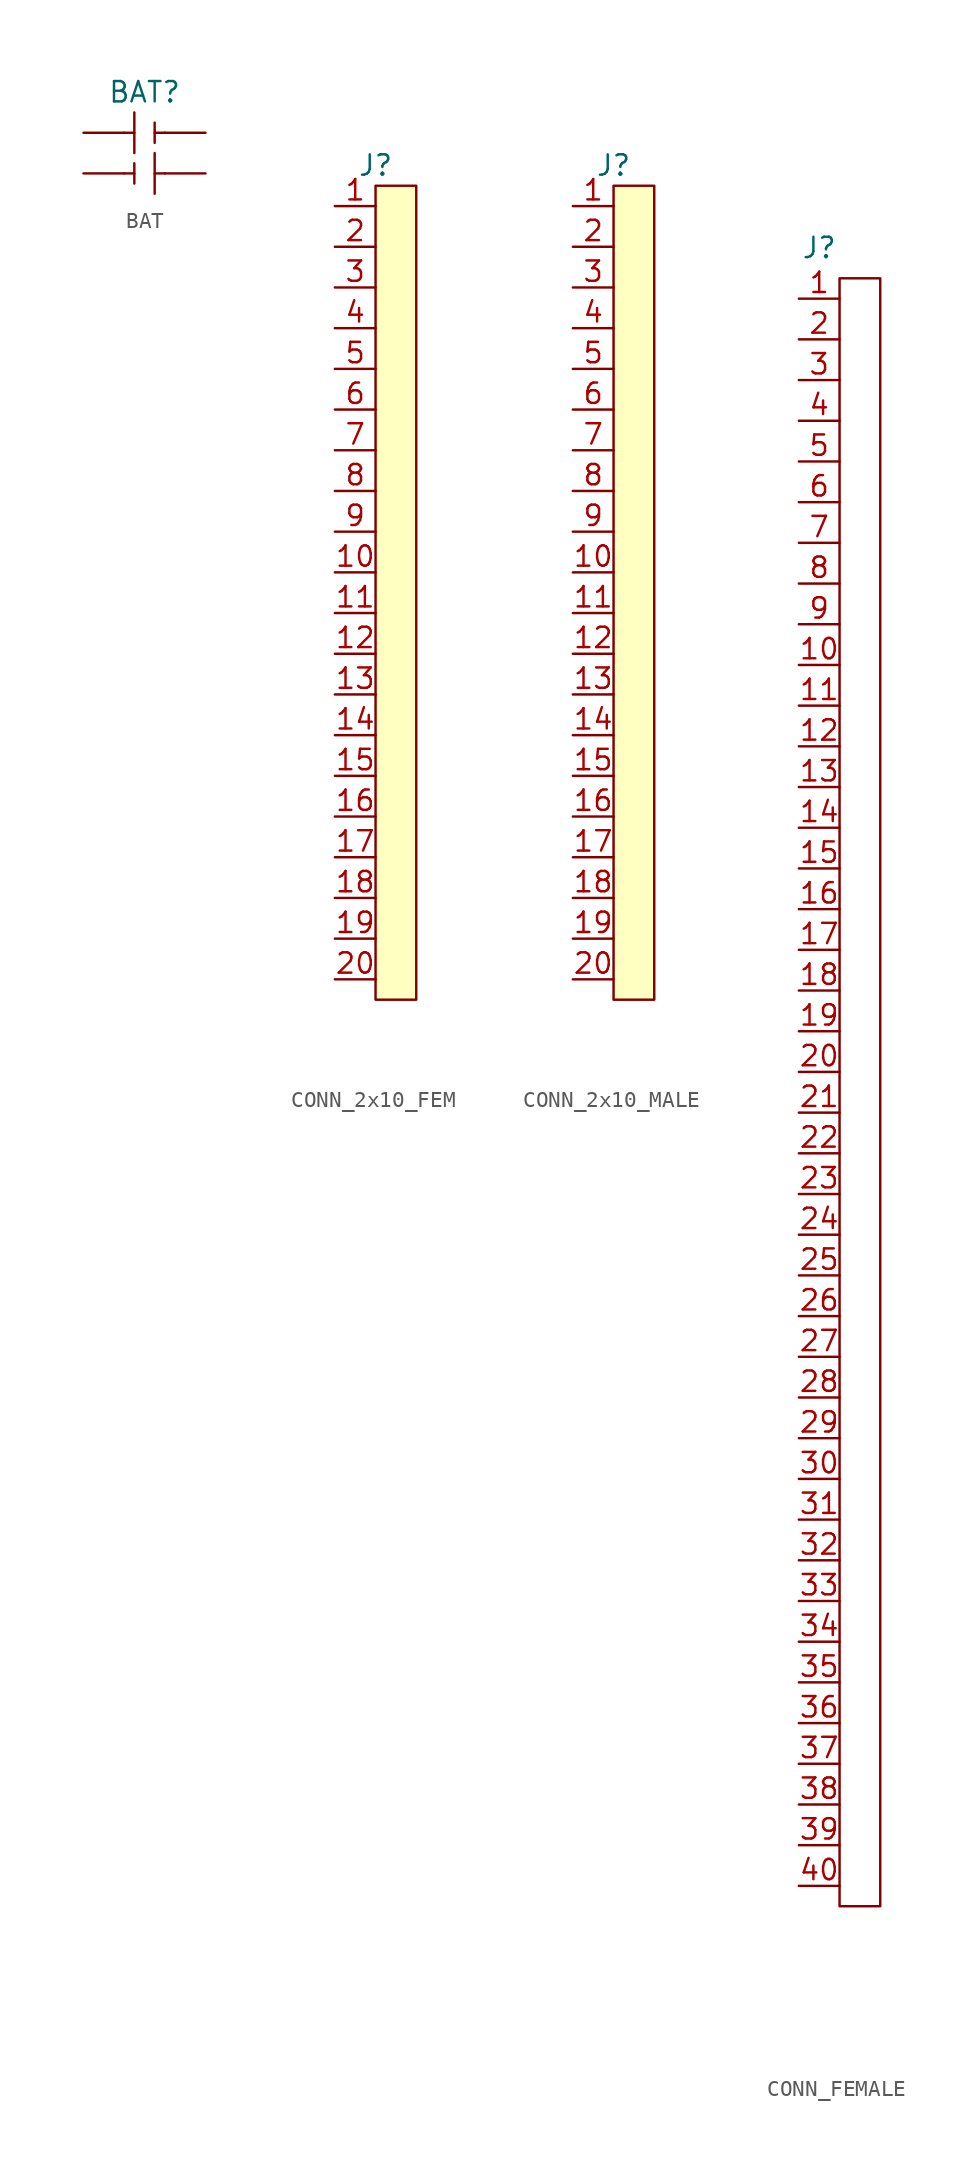
<source format=kicad_sym>
(kicad_symbol_lib
  (version 20220914)
  (generator kicad_symbol_editor)
  (symbol "BAT"
    (pin_numbers hide)
    (pin_names hide)
    (property "Reference" "BAT"
      (at 0 3.81 0)
      (effects (font (size 1.27 1.27))))
    (property "Value" ""
      (at 0 0 0)
      (effects (font (size 1.27 1.27))))
    (symbol "BAT_0_1"
      (polyline (pts (xy -1.27 -1.27) (xy -0.635 -1.27)) (stroke (width 0) (type default)) (fill (type none)))
      (polyline (pts (xy -1.27 1.27) (xy -0.635 1.27)) (stroke (width 0) (type default)) (fill (type none)))
      (polyline (pts (xy -0.635 -0.635) (xy -0.635 -1.905)) (stroke (width 0) (type default)) (fill (type none)))
      (polyline (pts (xy -0.635 2.54) (xy -0.635 0)) (stroke (width 0) (type default)) (fill (type none)))
      (polyline (pts (xy 0.635 0) (xy 0.635 -2.54)) (stroke (width 0) (type default)) (fill (type none)))
      (polyline (pts (xy 0.635 1.905) (xy 0.635 0.635)) (stroke (width 0) (type default)) (fill (type none)))
      (polyline (pts (xy 1.27 -1.27) (xy 0.635 -1.27)) (stroke (width 0) (type default)) (fill (type none)))
      (polyline (pts (xy 1.27 1.27) (xy 0.635 1.27)) (stroke (width 0) (type default)) (fill (type none))))
    (symbol "BAT_1_1"
      (pin power_out line (at -3.81 1.27 0) (length 2.54) (name "" (effects (font (size 1.27 1.27)))) (number "1" (effects (font (size 1.27 1.27)))))
      (pin power_out line (at 3.81 1.27 180) (length 2.54) (name "" (effects (font (size 1.27 1.27)))) (number "2" (effects (font (size 1.27 1.27)))))
      (pin power_out line (at -3.81 -1.27 0) (length 2.54) (name "" (effects (font (size 1.27 1.27)))) (number "3" (effects (font (size 1.27 1.27)))))
      (pin power_out line (at 3.81 -1.27 180) (length 2.54) (name "" (effects (font (size 1.27 1.27)))) (number "4" (effects (font (size 1.27 1.27)))))))
  (symbol "CONN_2x10_FEM"
    (pin_names hide)
    (property "Reference" "J"
      (at 0 2.54 0)
      (effects (font (size 1.27 1.27))))
    (property "Value" ""
      (at 0 2.54 0)
      (effects (font (size 1.27 1.27))))
    (symbol "CONN_2x10_FEM_1_1"
      (rectangle (start 0 1.27) (end 2.54 -49.53) (stroke (width 0) (type default)) (fill (type background)))
      (pin input line (at -2.54 0 0) (length 2.54) (name "" (effects (font (size 1.27 1.27)))) (number "1" (effects (font (size 1.27 1.27)))))
      (pin input line (at -2.54 -22.86 0) (length 2.54) (name "" (effects (font (size 1.27 1.27)))) (number "10" (effects (font (size 1.27 1.27)))))
      (pin input line (at -2.54 -25.4 0) (length 2.54) (name "" (effects (font (size 1.27 1.27)))) (number "11" (effects (font (size 1.27 1.27)))))
      (pin input line (at -2.54 -27.94 0) (length 2.54) (name "" (effects (font (size 1.27 1.27)))) (number "12" (effects (font (size 1.27 1.27)))))
      (pin input line (at -2.54 -30.48 0) (length 2.54) (name "" (effects (font (size 1.27 1.27)))) (number "13" (effects (font (size 1.27 1.27)))))
      (pin input line (at -2.54 -33.02 0) (length 2.54) (name "" (effects (font (size 1.27 1.27)))) (number "14" (effects (font (size 1.27 1.27)))))
      (pin input line (at -2.54 -35.56 0) (length 2.54) (name "" (effects (font (size 1.27 1.27)))) (number "15" (effects (font (size 1.27 1.27)))))
      (pin input line (at -2.54 -38.1 0) (length 2.54) (name "" (effects (font (size 1.27 1.27)))) (number "16" (effects (font (size 1.27 1.27)))))
      (pin input line (at -2.54 -40.64 0) (length 2.54) (name "" (effects (font (size 1.27 1.27)))) (number "17" (effects (font (size 1.27 1.27)))))
      (pin input line (at -2.54 -43.18 0) (length 2.54) (name "" (effects (font (size 1.27 1.27)))) (number "18" (effects (font (size 1.27 1.27)))))
      (pin input line (at -2.54 -45.72 0) (length 2.54) (name "" (effects (font (size 1.27 1.27)))) (number "19" (effects (font (size 1.27 1.27)))))
      (pin input line (at -2.54 -2.54 0) (length 2.54) (name "" (effects (font (size 1.27 1.27)))) (number "2" (effects (font (size 1.27 1.27)))))
      (pin input line (at -2.54 -48.26 0) (length 2.54) (name "" (effects (font (size 1.27 1.27)))) (number "20" (effects (font (size 1.27 1.27)))))
      (pin input line (at -2.54 -5.08 0) (length 2.54) (name "" (effects (font (size 1.27 1.27)))) (number "3" (effects (font (size 1.27 1.27)))))
      (pin input line (at -2.54 -7.62 0) (length 2.54) (name "" (effects (font (size 1.27 1.27)))) (number "4" (effects (font (size 1.27 1.27)))))
      (pin input line (at -2.54 -10.16 0) (length 2.54) (name "" (effects (font (size 1.27 1.27)))) (number "5" (effects (font (size 1.27 1.27)))))
      (pin input line (at -2.54 -12.7 0) (length 2.54) (name "" (effects (font (size 1.27 1.27)))) (number "6" (effects (font (size 1.27 1.27)))))
      (pin input line (at -2.54 -15.24 0) (length 2.54) (name "" (effects (font (size 1.27 1.27)))) (number "7" (effects (font (size 1.27 1.27)))))
      (pin input line (at -2.54 -17.78 0) (length 2.54) (name "" (effects (font (size 1.27 1.27)))) (number "8" (effects (font (size 1.27 1.27)))))
      (pin input line (at -2.54 -20.32 0) (length 2.54) (name "" (effects (font (size 1.27 1.27)))) (number "9" (effects (font (size 1.27 1.27)))))))
  (symbol "CONN_2x10_MALE"
    (pin_names hide)
    (property "Reference" "J"
      (at 0 2.54 0)
      (effects (font (size 1.27 1.27))))
    (property "Value" ""
      (at 0 2.54 0)
      (effects (font (size 1.27 1.27))))
    (symbol "CONN_2x10_MALE_1_1"
      (rectangle (start 0 1.27) (end 2.54 -49.53) (stroke (width 0) (type default)) (fill (type background)))
      (pin input line (at -2.54 0 0) (length 2.54) (name "" (effects (font (size 1.27 1.27)))) (number "1" (effects (font (size 1.27 1.27)))))
      (pin input line (at -2.54 -22.86 0) (length 2.54) (name "" (effects (font (size 1.27 1.27)))) (number "10" (effects (font (size 1.27 1.27)))))
      (pin input line (at -2.54 -25.4 0) (length 2.54) (name "" (effects (font (size 1.27 1.27)))) (number "11" (effects (font (size 1.27 1.27)))))
      (pin input line (at -2.54 -27.94 0) (length 2.54) (name "" (effects (font (size 1.27 1.27)))) (number "12" (effects (font (size 1.27 1.27)))))
      (pin input line (at -2.54 -30.48 0) (length 2.54) (name "" (effects (font (size 1.27 1.27)))) (number "13" (effects (font (size 1.27 1.27)))))
      (pin input line (at -2.54 -33.02 0) (length 2.54) (name "" (effects (font (size 1.27 1.27)))) (number "14" (effects (font (size 1.27 1.27)))))
      (pin input line (at -2.54 -35.56 0) (length 2.54) (name "" (effects (font (size 1.27 1.27)))) (number "15" (effects (font (size 1.27 1.27)))))
      (pin input line (at -2.54 -38.1 0) (length 2.54) (name "" (effects (font (size 1.27 1.27)))) (number "16" (effects (font (size 1.27 1.27)))))
      (pin input line (at -2.54 -40.64 0) (length 2.54) (name "" (effects (font (size 1.27 1.27)))) (number "17" (effects (font (size 1.27 1.27)))))
      (pin input line (at -2.54 -43.18 0) (length 2.54) (name "" (effects (font (size 1.27 1.27)))) (number "18" (effects (font (size 1.27 1.27)))))
      (pin input line (at -2.54 -45.72 0) (length 2.54) (name "" (effects (font (size 1.27 1.27)))) (number "19" (effects (font (size 1.27 1.27)))))
      (pin input line (at -2.54 -2.54 0) (length 2.54) (name "" (effects (font (size 1.27 1.27)))) (number "2" (effects (font (size 1.27 1.27)))))
      (pin input line (at -2.54 -48.26 0) (length 2.54) (name "" (effects (font (size 1.27 1.27)))) (number "20" (effects (font (size 1.27 1.27)))))
      (pin input line (at -2.54 -5.08 0) (length 2.54) (name "" (effects (font (size 1.27 1.27)))) (number "3" (effects (font (size 1.27 1.27)))))
      (pin input line (at -2.54 -7.62 0) (length 2.54) (name "" (effects (font (size 1.27 1.27)))) (number "4" (effects (font (size 1.27 1.27)))))
      (pin input line (at -2.54 -10.16 0) (length 2.54) (name "" (effects (font (size 1.27 1.27)))) (number "5" (effects (font (size 1.27 1.27)))))
      (pin input line (at -2.54 -12.7 0) (length 2.54) (name "" (effects (font (size 1.27 1.27)))) (number "6" (effects (font (size 1.27 1.27)))))
      (pin input line (at -2.54 -15.24 0) (length 2.54) (name "" (effects (font (size 1.27 1.27)))) (number "7" (effects (font (size 1.27 1.27)))))
      (pin input line (at -2.54 -17.78 0) (length 2.54) (name "" (effects (font (size 1.27 1.27)))) (number "8" (effects (font (size 1.27 1.27)))))
      (pin input line (at -2.54 -20.32 0) (length 2.54) (name "" (effects (font (size 1.27 1.27)))) (number "9" (effects (font (size 1.27 1.27)))))))
  (symbol "CONN_FEMALE"
    (pin_names hide)
    (property "Reference" "J"
      (at 0 40.005 0)
      (effects (font (size 1.27 1.27))))
    (property "Value" ""
      (at -1.27 39.37 0)
      (effects (font (size 1.27 1.27))))
    (symbol "CONN_FEMALE_0_1"
      (rectangle (start 1.27 38.1) (end 3.81 -63.5) (stroke (width 0) (type default)) (fill (type none))))
    (symbol "CONN_FEMALE_1_1"
      (pin input line (at -1.27 36.83 0) (length 2.54) (name "" (effects (font (size 1.27 1.27)))) (number "1" (effects (font (size 1.27 1.27)))))
      (pin input line (at -1.27 13.97 0) (length 2.54) (name "" (effects (font (size 1.27 1.27)))) (number "10" (effects (font (size 1.27 1.27)))))
      (pin input line (at -1.27 11.43 0) (length 2.54) (name "" (effects (font (size 1.27 1.27)))) (number "11" (effects (font (size 1.27 1.27)))))
      (pin input line (at -1.27 8.89 0) (length 2.54) (name "" (effects (font (size 1.27 1.27)))) (number "12" (effects (font (size 1.27 1.27)))))
      (pin input line (at -1.27 6.35 0) (length 2.54) (name "" (effects (font (size 1.27 1.27)))) (number "13" (effects (font (size 1.27 1.27)))))
      (pin input line (at -1.27 3.81 0) (length 2.54) (name "" (effects (font (size 1.27 1.27)))) (number "14" (effects (font (size 1.27 1.27)))))
      (pin input line (at -1.27 1.27 0) (length 2.54) (name "" (effects (font (size 1.27 1.27)))) (number "15" (effects (font (size 1.27 1.27)))))
      (pin input line (at -1.27 -1.27 0) (length 2.54) (name "" (effects (font (size 1.27 1.27)))) (number "16" (effects (font (size 1.27 1.27)))))
      (pin input line (at -1.27 -3.81 0) (length 2.54) (name "" (effects (font (size 1.27 1.27)))) (number "17" (effects (font (size 1.27 1.27)))))
      (pin input line (at -1.27 -6.35 0) (length 2.54) (name "" (effects (font (size 1.27 1.27)))) (number "18" (effects (font (size 1.27 1.27)))))
      (pin input line (at -1.27 -8.89 0) (length 2.54) (name "" (effects (font (size 1.27 1.27)))) (number "19" (effects (font (size 1.27 1.27)))))
      (pin input line (at -1.27 34.29 0) (length 2.54) (name "" (effects (font (size 1.27 1.27)))) (number "2" (effects (font (size 1.27 1.27)))))
      (pin input line (at -1.27 -11.43 0) (length 2.54) (name "" (effects (font (size 1.27 1.27)))) (number "20" (effects (font (size 1.27 1.27)))))
      (pin input line (at -1.27 -13.97 0) (length 2.54) (name "" (effects (font (size 1.27 1.27)))) (number "21" (effects (font (size 1.27 1.27)))))
      (pin input line (at -1.27 -16.51 0) (length 2.54) (name "" (effects (font (size 1.27 1.27)))) (number "22" (effects (font (size 1.27 1.27)))))
      (pin input line (at -1.27 -19.05 0) (length 2.54) (name "" (effects (font (size 1.27 1.27)))) (number "23" (effects (font (size 1.27 1.27)))))
      (pin input line (at -1.27 -21.59 0) (length 2.54) (name "" (effects (font (size 1.27 1.27)))) (number "24" (effects (font (size 1.27 1.27)))))
      (pin input line (at -1.27 -24.13 0) (length 2.54) (name "" (effects (font (size 1.27 1.27)))) (number "25" (effects (font (size 1.27 1.27)))))
      (pin input line (at -1.27 -26.67 0) (length 2.54) (name "" (effects (font (size 1.27 1.27)))) (number "26" (effects (font (size 1.27 1.27)))))
      (pin input line (at -1.27 -29.21 0) (length 2.54) (name "" (effects (font (size 1.27 1.27)))) (number "27" (effects (font (size 1.27 1.27)))))
      (pin input line (at -1.27 -31.75 0) (length 2.54) (name "" (effects (font (size 1.27 1.27)))) (number "28" (effects (font (size 1.27 1.27)))))
      (pin input line (at -1.27 -34.29 0) (length 2.54) (name "" (effects (font (size 1.27 1.27)))) (number "29" (effects (font (size 1.27 1.27)))))
      (pin input line (at -1.27 31.75 0) (length 2.54) (name "" (effects (font (size 1.27 1.27)))) (number "3" (effects (font (size 1.27 1.27)))))
      (pin input line (at -1.27 -36.83 0) (length 2.54) (name "" (effects (font (size 1.27 1.27)))) (number "30" (effects (font (size 1.27 1.27)))))
      (pin input line (at -1.27 -39.37 0) (length 2.54) (name "" (effects (font (size 1.27 1.27)))) (number "31" (effects (font (size 1.27 1.27)))))
      (pin input line (at -1.27 -41.91 0) (length 2.54) (name "" (effects (font (size 1.27 1.27)))) (number "32" (effects (font (size 1.27 1.27)))))
      (pin input line (at -1.27 -44.45 0) (length 2.54) (name "" (effects (font (size 1.27 1.27)))) (number "33" (effects (font (size 1.27 1.27)))))
      (pin input line (at -1.27 -46.99 0) (length 2.54) (name "" (effects (font (size 1.27 1.27)))) (number "34" (effects (font (size 1.27 1.27)))))
      (pin input line (at -1.27 -49.53 0) (length 2.54) (name "" (effects (font (size 1.27 1.27)))) (number "35" (effects (font (size 1.27 1.27)))))
      (pin input line (at -1.27 -52.07 0) (length 2.54) (name "" (effects (font (size 1.27 1.27)))) (number "36" (effects (font (size 1.27 1.27)))))
      (pin input line (at -1.27 -54.61 0) (length 2.54) (name "" (effects (font (size 1.27 1.27)))) (number "37" (effects (font (size 1.27 1.27)))))
      (pin input line (at -1.27 -57.15 0) (length 2.54) (name "" (effects (font (size 1.27 1.27)))) (number "38" (effects (font (size 1.27 1.27)))))
      (pin input line (at -1.27 -59.69 0) (length 2.54) (name "" (effects (font (size 1.27 1.27)))) (number "39" (effects (font (size 1.27 1.27)))))
      (pin input line (at -1.27 29.21 0) (length 2.54) (name "" (effects (font (size 1.27 1.27)))) (number "4" (effects (font (size 1.27 1.27)))))
      (pin input line (at -1.27 -62.23 0) (length 2.54) (name "" (effects (font (size 1.27 1.27)))) (number "40" (effects (font (size 1.27 1.27)))))
      (pin input line (at -1.27 26.67 0) (length 2.54) (name "" (effects (font (size 1.27 1.27)))) (number "5" (effects (font (size 1.27 1.27)))))
      (pin input line (at -1.27 24.13 0) (length 2.54) (name "" (effects (font (size 1.27 1.27)))) (number "6" (effects (font (size 1.27 1.27)))))
      (pin input line (at -1.27 21.59 0) (length 2.54) (name "" (effects (font (size 1.27 1.27)))) (number "7" (effects (font (size 1.27 1.27)))))
      (pin input line (at -1.27 19.05 0) (length 2.54) (name "" (effects (font (size 1.27 1.27)))) (number "8" (effects (font (size 1.27 1.27)))))
      (pin input line (at -1.27 16.51 0) (length 2.54) (name "" (effects (font (size 1.27 1.27)))) (number "9" (effects (font (size 1.27 1.27))))))))
</source>
